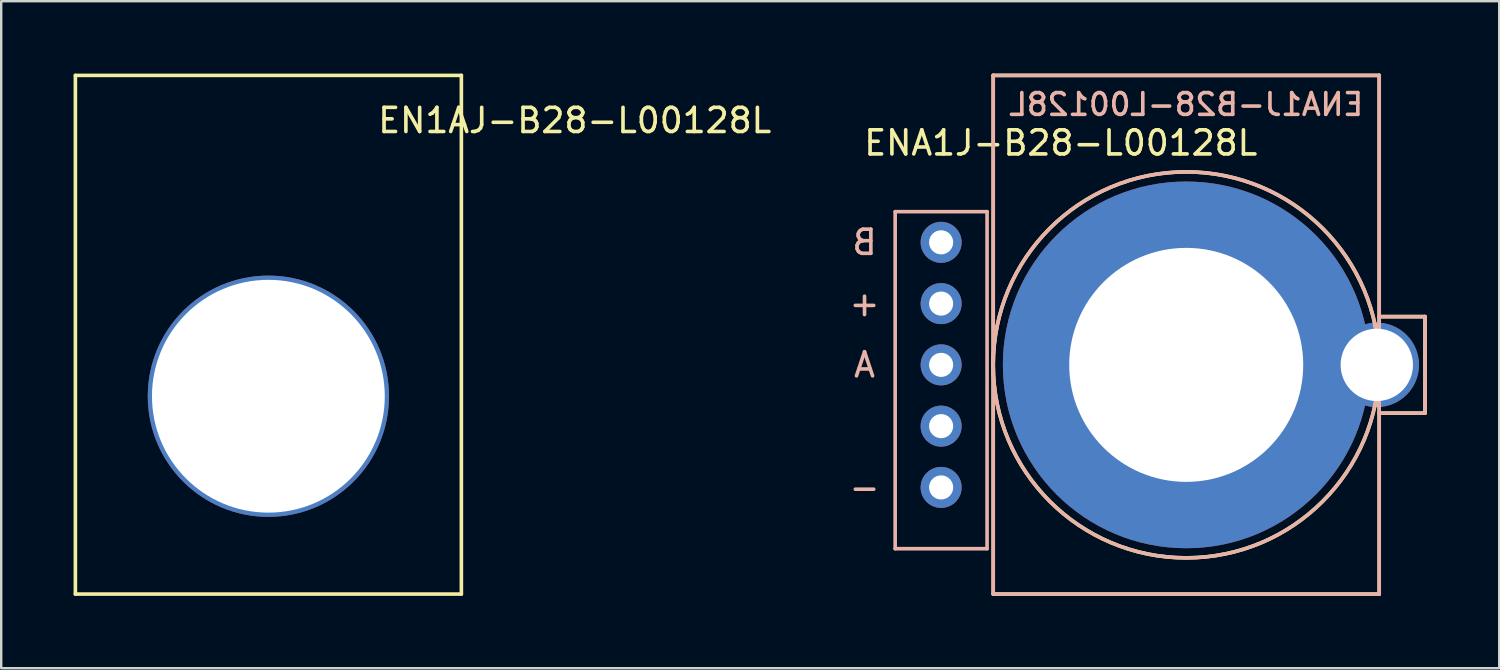
<source format=kicad_pcb>
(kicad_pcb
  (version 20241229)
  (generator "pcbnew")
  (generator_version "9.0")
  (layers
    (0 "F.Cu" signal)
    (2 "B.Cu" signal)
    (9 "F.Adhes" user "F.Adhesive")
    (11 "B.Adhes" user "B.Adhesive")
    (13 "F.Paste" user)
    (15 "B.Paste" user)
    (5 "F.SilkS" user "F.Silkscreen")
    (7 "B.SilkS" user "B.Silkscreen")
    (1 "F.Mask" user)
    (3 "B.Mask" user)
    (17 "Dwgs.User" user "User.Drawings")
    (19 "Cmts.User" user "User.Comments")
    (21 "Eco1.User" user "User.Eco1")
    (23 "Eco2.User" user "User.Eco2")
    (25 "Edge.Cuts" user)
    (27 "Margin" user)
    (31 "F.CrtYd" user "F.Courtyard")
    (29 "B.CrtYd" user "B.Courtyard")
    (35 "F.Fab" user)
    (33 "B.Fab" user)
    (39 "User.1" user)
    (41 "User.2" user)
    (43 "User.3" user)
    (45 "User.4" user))
  (footprint "ENA1J-B28-L00128L"
    (layer "F.Cu")
    (at 46.122 12.075)
    (property "Reference" "ENA1J-B28-L00128L" (at -5.2 -9.2 0) (layer "F.SilkS") (effects (font (size 1 1) (thickness 0.15))))
    (attr through_hole)
    (fp_line (start -8 -12) (end 8 -12) (stroke (width 0.15) (type solid)) (layer "F.SilkS"))
    (fp_line (start -8 9.5) (end -8 -12) (stroke (width 0.15) (type solid)) (layer "F.SilkS"))
    (fp_line (start 8 -12) (end 8 9.5) (stroke (width 0.15) (type solid)) (layer "F.SilkS"))
    (fp_line (start 8 -2) (end 9.9 -2) (stroke (width 0.15) (type solid)) (layer "F.SilkS"))
    (fp_line (start 8 9.5) (end -8 9.5) (stroke (width 0.15) (type solid)) (layer "F.SilkS"))
    (fp_line (start 9.9 -2) (end 9.9 2) (stroke (width 0.15) (type solid)) (layer "F.SilkS"))
    (fp_line (start 9.9 2) (end 8 2) (stroke (width 0.15) (type solid)) (layer "F.SilkS"))
    (fp_circle (center 0 0) (end 8 0) (stroke (width 0.15) (type solid)) (fill no) (layer "F.SilkS"))
    (fp_line (start -12.065 7.62) (end -12.065 -6.35) (stroke (width 0.15) (type solid)) (layer "B.SilkS"))
    (fp_line (start -12.065 7.62) (end -8.255 7.62) (stroke (width 0.15) (type solid)) (layer "B.SilkS"))
    (fp_line (start -8.255 -6.35) (end -12.065 -6.35) (stroke (width 0.15) (type solid)) (layer "B.SilkS"))
    (fp_line (start -8.255 -6.35) (end -8.255 7.62) (stroke (width 0.15) (type solid)) (layer "B.SilkS"))
    (fp_line (start -8 -12) (end 8 -12) (stroke (width 0.15) (type solid)) (layer "B.SilkS"))
    (fp_line (start -8 9.5) (end -8 -12) (stroke (width 0.15) (type solid)) (layer "B.SilkS"))
    (fp_line (start 8 -12) (end 8 9.5) (stroke (width 0.15) (type solid)) (layer "B.SilkS"))
    (fp_line (start 8 -2) (end 9.9 -2) (stroke (width 0.15) (type solid)) (layer "B.SilkS"))
    (fp_line (start 8 9.5) (end -8 9.5) (stroke (width 0.15) (type solid)) (layer "B.SilkS"))
    (fp_line (start 9.9 -2) (end 9.9 2) (stroke (width 0.15) (type solid)) (layer "B.SilkS"))
    (fp_line (start 9.9 2) (end 8 2) (stroke (width 0.15) (type solid)) (layer "B.SilkS"))
    (fp_circle (center 0 0) (end 8 0) (stroke (width 0.15) (type solid)) (fill no) (layer "B.SilkS"))
    (fp_text user "ENA1J-B28-L00128L" (at 0 -10.795 0) (layer "B.SilkS") (effects (font (size 0.9 0.9) (thickness 0.15)) (justify mirror)))
    (fp_text user "A" (at -13.335 0 0) (layer "B.SilkS") (effects (font (size 1 1) (thickness 0.15)) (justify mirror)))
    (fp_text user "B" (at -13.335 -5.08 0) (layer "B.SilkS") (effects (font (size 1 1) (thickness 0.15)) (justify mirror)))
    (fp_text user "+" (at -13.335 -2.54 0) (layer "B.SilkS") (effects (font (size 1 1) (thickness 0.15)) (justify mirror)))
    (fp_text user "-" (at -13.335 5.08 0) (layer "B.SilkS") (effects (font (size 1 1) (thickness 0.15)) (justify mirror)))
    (pad "" thru_hole circle (at -10.16 2.54) (size 1.7 1.7) (drill 1) (layers "*.Cu" "*.Mask"))
    (pad "" thru_hole circle (at 0 0) (size 15.2 15.2) (drill 9.7) (layers "*.Cu"))
    (pad "" thru_hole circle (at 7.9 0) (size 3.5 3.5) (drill 3) (layers "*.Cu"))
    (pad "1" thru_hole circle (at -10.16 -5.08) (size 1.7 1.7) (drill 1) (layers "*.Cu" "*.Mask"))
    (pad "2" thru_hole circle (at -10.16 -2.54) (size 1.7 1.7) (drill 1) (layers "*.Cu" "*.Mask"))
    (pad "3" thru_hole circle (at -10.16 0) (size 1.7 1.7) (drill 1) (layers "*.Cu" "*.Mask"))
    (pad "4" thru_hole circle (at -10.16 5.08) (size 1.7 1.7) (drill 1) (layers "*.Cu" "*.Mask")))
  (footprint "EN1AJ-B28-L00128L"
    (layer "F.Cu")
    (at 8.075 13.375)
    (property "Reference" "EN1AJ-B28-L00128L" (at 12.7 -11.43 0) (layer "F.SilkS") (effects (font (size 1 1) (thickness 0.15))))
    (attr through_hole)
    (fp_line (start -8 -13.3) (end 8 -13.3) (stroke (width 0.15) (type solid)) (layer "F.SilkS"))
    (fp_line (start -8 8.2) (end -8 -13.3) (stroke (width 0.15) (type solid)) (layer "F.SilkS"))
    (fp_line (start 8 -13.3) (end 8 8.2) (stroke (width 0.15) (type solid)) (layer "F.SilkS"))
    (fp_line (start 8 8.2) (end -8 8.2) (stroke (width 0.15) (type solid)) (layer "F.SilkS"))
    (pad "" np_thru_hole circle (at 0 0) (size 10 10) (drill 9.65) (layers "*.Cu" "*.Mask")))
  (gr_rect
    (start -3 -3)
    (end 59.097 24.65)
    (stroke (width 0.1) (type default))
    (fill no)
    (layer "Edge.Cuts")))
</source>
